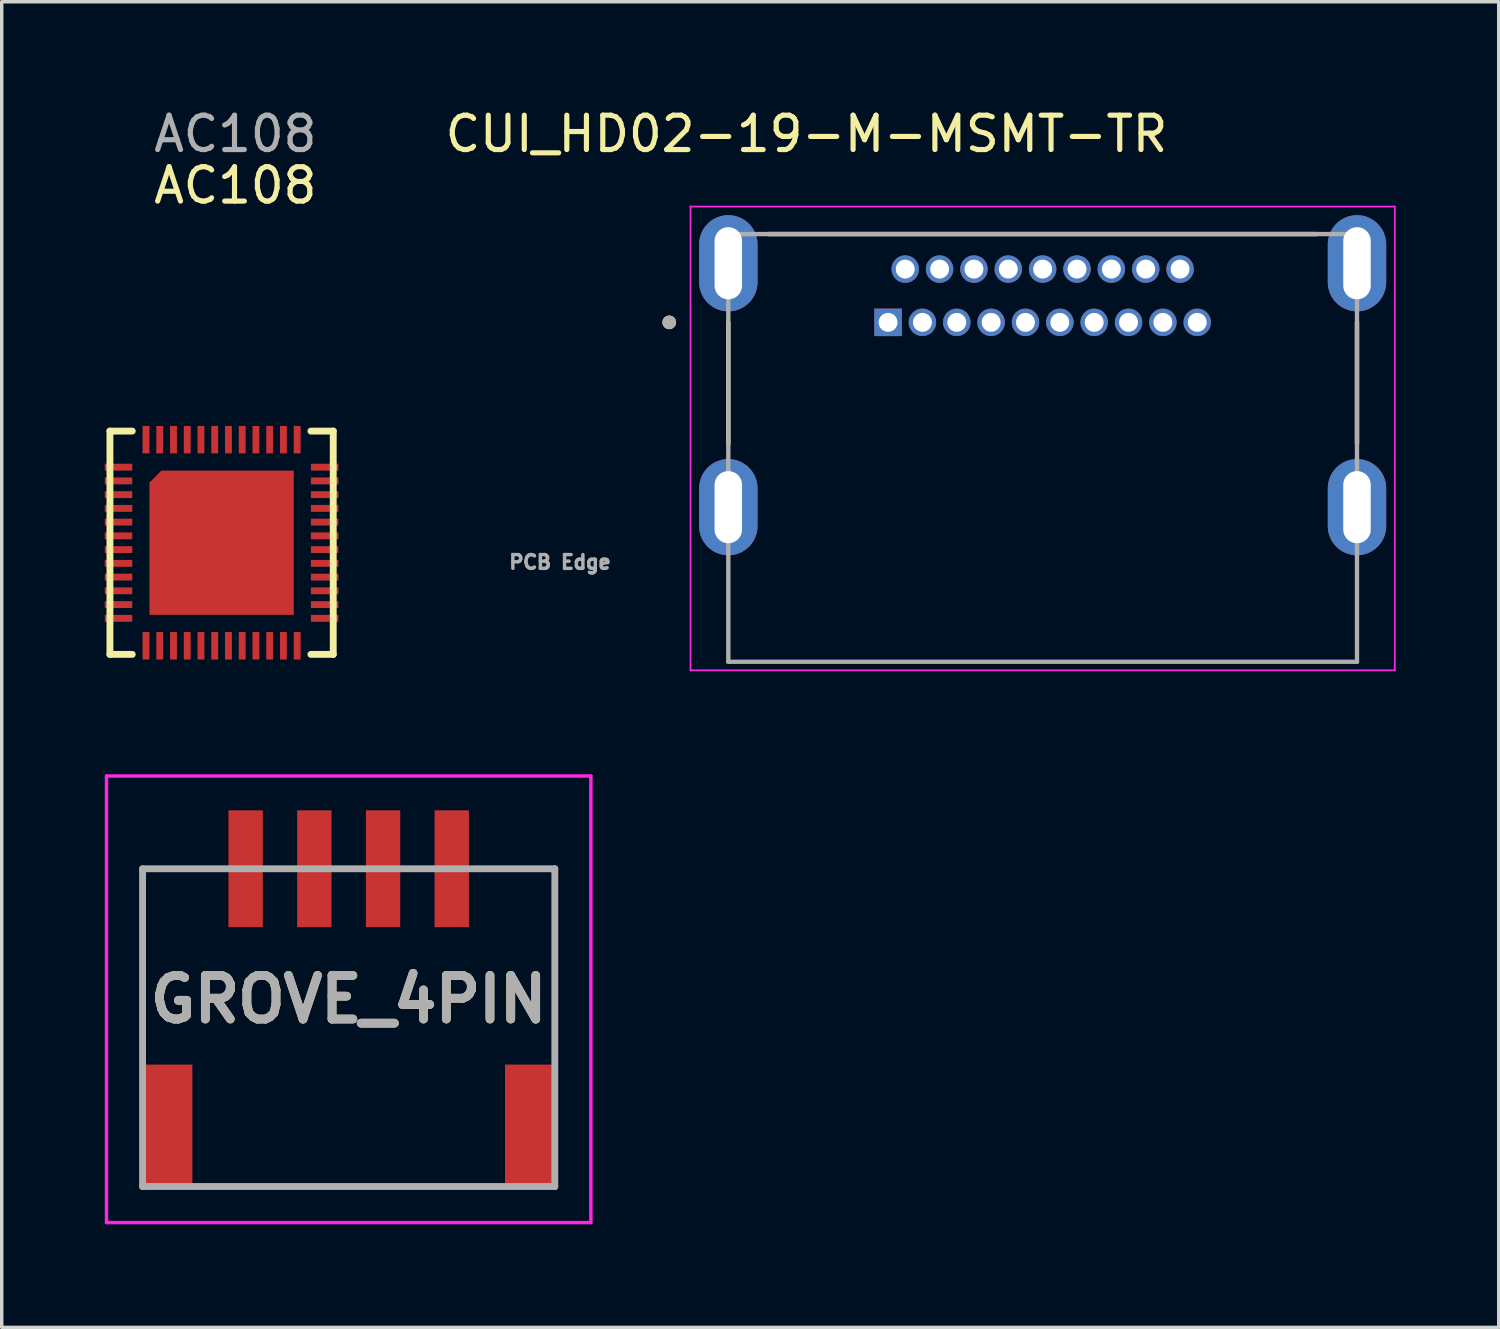
<source format=kicad_pcb>
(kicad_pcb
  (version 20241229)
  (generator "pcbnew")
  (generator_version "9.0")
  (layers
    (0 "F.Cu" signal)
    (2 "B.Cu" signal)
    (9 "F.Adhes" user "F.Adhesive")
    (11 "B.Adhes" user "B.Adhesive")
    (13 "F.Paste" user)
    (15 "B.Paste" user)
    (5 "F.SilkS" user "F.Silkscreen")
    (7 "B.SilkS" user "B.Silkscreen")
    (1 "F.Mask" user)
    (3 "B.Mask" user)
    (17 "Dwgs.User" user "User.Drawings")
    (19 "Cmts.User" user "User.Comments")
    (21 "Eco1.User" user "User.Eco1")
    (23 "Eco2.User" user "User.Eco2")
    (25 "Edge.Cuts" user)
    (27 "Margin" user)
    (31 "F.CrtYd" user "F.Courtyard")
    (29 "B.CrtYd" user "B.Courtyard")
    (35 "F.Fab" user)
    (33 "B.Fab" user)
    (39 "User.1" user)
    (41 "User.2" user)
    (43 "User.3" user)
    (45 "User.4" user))
  (footprint "AC108"
    (layer "F.Cu")
    (at 3.4 12.748)
    (property "Reference" "AC108" (at 0.4 -10.4 0) (unlocked yes) (layer "F.SilkS") (effects (font (size 1 1) (thickness 0.15))))
    (attr smd)
    (fp_line (start -3.25 -3.25) (end -3.25 3.25) (stroke (width 0.2) (type solid)) (layer "F.SilkS"))
    (fp_line (start -3.25 -3.25) (end -2.6 -3.25) (stroke (width 0.2) (type solid)) (layer "F.SilkS"))
    (fp_line (start -2.6 3.25) (end -3.25 3.25) (stroke (width 0.2) (type solid)) (layer "F.SilkS"))
    (fp_line (start 2.6 -3.25) (end 3.25 -3.25) (stroke (width 0.2) (type solid)) (layer "F.SilkS"))
    (fp_line (start 3.25 -3.25) (end 3.25 3.25) (stroke (width 0.2) (type solid)) (layer "F.SilkS"))
    (fp_line (start 3.25 3.25) (end 2.6 3.25) (stroke (width 0.2) (type solid)) (layer "F.SilkS"))
    (fp_rect (start -3 -3) (end 3 3) (stroke (width 0.01) (type solid)) (fill no) (layer "User.1"))
    (fp_text user "${REFERENCE}" (at 0.4 -11.9 0) (unlocked yes) (layer "F.Fab") (effects (font (size 1 1) (thickness 0.15))))
    (pad "1" smd rect (at -3 -2.2 90) (size 0.2 0.8) (layers "F.Cu" "F.Mask" "F.Paste"))
    (pad "2" smd rect (at -3 -1.8 90) (size 0.2 0.8) (layers "F.Cu" "F.Mask" "F.Paste"))
    (pad "3" smd rect (at -3 -1.4 90) (size 0.2 0.8) (layers "F.Cu" "F.Mask" "F.Paste"))
    (pad "4" smd rect (at -3 -1 90) (size 0.2 0.8) (layers "F.Cu" "F.Mask" "F.Paste"))
    (pad "5" smd rect (at -3 -0.6 90) (size 0.2 0.8) (layers "F.Cu" "F.Mask" "F.Paste"))
    (pad "6" smd rect (at -3 -0.2 90) (size 0.2 0.8) (layers "F.Cu" "F.Mask" "F.Paste"))
    (pad "7" smd rect (at -3 0.2 90) (size 0.2 0.8) (layers "F.Cu" "F.Mask" "F.Paste"))
    (pad "8" smd rect (at -3 0.6 90) (size 0.2 0.8) (layers "F.Cu" "F.Mask" "F.Paste"))
    (pad "9" smd rect (at -3 1 90) (size 0.2 0.8) (layers "F.Cu" "F.Mask" "F.Paste"))
    (pad "10" smd rect (at -3 1.4 90) (size 0.2 0.8) (layers "F.Cu" "F.Mask" "F.Paste"))
    (pad "11" smd rect (at -3 1.8 90) (size 0.2 0.8) (layers "F.Cu" "F.Mask" "F.Paste"))
    (pad "12" smd rect (at -3 2.2 90) (size 0.2 0.8) (layers "F.Cu" "F.Mask" "F.Paste"))
    (pad "13" smd rect (at -2.2 3) (size 0.2 0.8) (layers "F.Cu" "F.Mask" "F.Paste"))
    (pad "14" smd rect (at -1.8 3) (size 0.2 0.8) (layers "F.Cu" "F.Mask" "F.Paste"))
    (pad "15" smd rect (at -1.4 3) (size 0.2 0.8) (layers "F.Cu" "F.Mask" "F.Paste"))
    (pad "16" smd rect (at -1 3) (size 0.2 0.8) (layers "F.Cu" "F.Mask" "F.Paste"))
    (pad "17" smd rect (at -0.6 3) (size 0.2 0.8) (layers "F.Cu" "F.Mask" "F.Paste"))
    (pad "18" smd rect (at -0.2 3) (size 0.2 0.8) (layers "F.Cu" "F.Mask" "F.Paste"))
    (pad "19" smd rect (at 0.2 3) (size 0.2 0.8) (layers "F.Cu" "F.Mask" "F.Paste"))
    (pad "20" smd rect (at 0.6 3) (size 0.2 0.8) (layers "F.Cu" "F.Mask" "F.Paste"))
    (pad "21" smd rect (at 1 3) (size 0.2 0.8) (layers "F.Cu" "F.Mask" "F.Paste"))
    (pad "22" smd rect (at 1.4 3) (size 0.2 0.8) (layers "F.Cu" "F.Mask" "F.Paste"))
    (pad "23" smd rect (at 1.8 3) (size 0.2 0.8) (layers "F.Cu" "F.Mask" "F.Paste"))
    (pad "24" smd rect (at 2.2 3) (size 0.2 0.8) (layers "F.Cu" "F.Mask" "F.Paste"))
    (pad "25" smd rect (at 3 2.2 90) (size 0.2 0.8) (layers "F.Cu" "F.Mask" "F.Paste"))
    (pad "26" smd rect (at 3 1.8 90) (size 0.2 0.8) (layers "F.Cu" "F.Mask" "F.Paste"))
    (pad "27" smd rect (at 3 1.4 90) (size 0.2 0.8) (layers "F.Cu" "F.Mask" "F.Paste"))
    (pad "28" smd rect (at 3 1 90) (size 0.2 0.8) (layers "F.Cu" "F.Mask" "F.Paste"))
    (pad "29" smd rect (at 3 0.6 90) (size 0.2 0.8) (layers "F.Cu" "F.Mask" "F.Paste"))
    (pad "30" smd rect (at 3 0.2 90) (size 0.2 0.8) (layers "F.Cu" "F.Mask" "F.Paste"))
    (pad "31" smd rect (at 3 -0.2 90) (size 0.2 0.8) (layers "F.Cu" "F.Mask" "F.Paste"))
    (pad "32" smd rect (at 3 -0.6 90) (size 0.2 0.8) (layers "F.Cu" "F.Mask" "F.Paste"))
    (pad "33" smd rect (at 3 -1 90) (size 0.2 0.8) (layers "F.Cu" "F.Mask" "F.Paste"))
    (pad "34" smd rect (at 3 -1.4 90) (size 0.2 0.8) (layers "F.Cu" "F.Mask" "F.Paste"))
    (pad "35" smd rect (at 3 -1.8 90) (size 0.2 0.8) (layers "F.Cu" "F.Mask" "F.Paste"))
    (pad "36" smd rect (at 3 -2.2 90) (size 0.2 0.8) (layers "F.Cu" "F.Mask" "F.Paste"))
    (pad "37" smd rect (at 2.2 -3) (size 0.2 0.8) (layers "F.Cu" "F.Mask" "F.Paste"))
    (pad "38" smd rect (at 1.8 -3) (size 0.2 0.8) (layers "F.Cu" "F.Mask" "F.Paste"))
    (pad "39" smd rect (at 1.4 -3) (size 0.2 0.8) (layers "F.Cu" "F.Mask" "F.Paste"))
    (pad "40" smd rect (at 1 -3) (size 0.2 0.8) (layers "F.Cu" "F.Mask" "F.Paste"))
    (pad "41" smd rect (at 0.6 -3) (size 0.2 0.8) (layers "F.Cu" "F.Mask" "F.Paste"))
    (pad "42" smd rect (at 0.2 -3) (size 0.2 0.8) (layers "F.Cu" "F.Mask" "F.Paste"))
    (pad "43" smd rect (at -0.2 -3) (size 0.2 0.8) (layers "F.Cu" "F.Mask" "F.Paste"))
    (pad "44" smd rect (at -0.6 -3) (size 0.2 0.8) (layers "F.Cu" "F.Mask" "F.Paste"))
    (pad "45" smd rect (at -1 -3) (size 0.2 0.8) (layers "F.Cu" "F.Mask" "F.Paste"))
    (pad "46" smd rect (at -1.4 -3) (size 0.2 0.8) (layers "F.Cu" "F.Mask" "F.Paste"))
    (pad "47" smd rect (at -1.8 -3) (size 0.2 0.8) (layers "F.Cu" "F.Mask" "F.Paste"))
    (pad "48" smd rect (at -2.2 -3) (size 0.2 0.8) (layers "F.Cu" "F.Mask" "F.Paste"))
    (pad "PAD" smd roundrect (at 0 0) (size 4.2 4.2) (layers "F.Cu" "F.Mask" "F.Paste") (roundrect_rratio 0) (chamfer_ratio 0.083) (chamfer top_left)))
  (footprint "GROVE_4PIN"
    (layer "F.Cu")
    (at 7.1 26.038)
    (property "Reference" "GROVE_4PIN" (at 0 0 0) (layer "F.SilkS") (effects (font (size 1.27 1.27) (thickness 0.254))))
    (attr smd)
    (fp_line (start -6 -3.8) (end -3.8 -3.8) (stroke (width 0.1) (type solid)) (layer "F.SilkS"))
    (fp_line (start -6 1.425) (end -6 -3.8) (stroke (width 0.1) (type solid)) (layer "F.SilkS"))
    (fp_line (start -4.2 5.45) (end 4.2 5.45) (stroke (width 0.1) (type solid)) (layer "F.SilkS"))
    (fp_line (start 6 -3.8) (end 3.8 -3.8) (stroke (width 0.1) (type solid)) (layer "F.SilkS"))
    (fp_line (start 6 1.425) (end 6 -3.8) (stroke (width 0.1) (type solid)) (layer "F.SilkS"))
    (fp_line (start -7.05 -6.5) (end 7.05 -6.5) (stroke (width 0.1) (type solid)) (layer "F.CrtYd"))
    (fp_line (start -7.05 6.5) (end -7.05 -6.5) (stroke (width 0.1) (type solid)) (layer "F.CrtYd"))
    (fp_line (start 7.05 -6.5) (end 7.05 6.5) (stroke (width 0.1) (type solid)) (layer "F.CrtYd"))
    (fp_line (start 7.05 6.5) (end -7.05 6.5) (stroke (width 0.1) (type solid)) (layer "F.CrtYd"))
    (fp_line (start -6 -3.8) (end 6 -3.8) (stroke (width 0.2) (type solid)) (layer "F.Fab"))
    (fp_line (start -6 5.45) (end -6 -3.8) (stroke (width 0.2) (type solid)) (layer "F.Fab"))
    (fp_line (start 6 -3.8) (end 6 5.45) (stroke (width 0.2) (type solid)) (layer "F.Fab"))
    (fp_line (start 6 5.45) (end -6 5.45) (stroke (width 0.2) (type solid)) (layer "F.Fab"))
    (fp_text user "${REFERENCE}" (at 0 0 0) (layer "F.Fab") (effects (font (size 1.27 1.27) (thickness 0.254))))
    (pad "1" smd rect (at -3 -3.8) (size 1 3.4) (layers "F.Cu" "F.Mask" "F.Paste"))
    (pad "2" smd rect (at -1 -3.8) (size 1 3.4) (layers "F.Cu" "F.Mask" "F.Paste"))
    (pad "3" smd rect (at 1 -3.8) (size 1 3.4) (layers "F.Cu" "F.Mask" "F.Paste"))
    (pad "4" smd rect (at 3 -3.8) (size 1 3.4) (layers "F.Cu" "F.Mask" "F.Paste"))
    (pad "MP1" smd rect (at -5.3 3.7) (size 1.5 3.6) (layers "F.Cu" "F.Mask" "F.Paste"))
    (pad "MP2" smd rect (at 5.3 3.7) (size 1.5 3.6) (layers "F.Cu" "F.Mask" "F.Paste")))
  (footprint "CUI_HD02-19-M-MSMT-TR"
    (layer "F.Cu")
    (at 22.8 6.333)
    (property "Reference" "CUI_HD02-19-M-MSMT-TR" (at -2.375 -5.485 0) (layer "F.SilkS") (effects (font (size 1 1) (thickness 0.15))))
    (attr through_hole)
    (fp_line (start -4.65 0) (end -4.65 3.54) (stroke (width 0.127) (type solid)) (layer "F.SilkS"))
    (fp_line (start -3.48 -2.57) (end 12.48 -2.57) (stroke (width 0.127) (type solid)) (layer "F.SilkS"))
    (fp_line (start 13.65 0) (end 13.65 3.54) (stroke (width 0.127) (type solid)) (layer "F.SilkS"))
    (fp_circle (center -6.37 0) (end -6.27 0) (stroke (width 0.2) (type solid)) (fill no) (layer "F.SilkS"))
    (fp_line (start -5.75 -3.37) (end -5.75 10.13) (stroke (width 0.05) (type solid)) (layer "F.CrtYd"))
    (fp_line (start -5.75 10.13) (end 14.75 10.13) (stroke (width 0.05) (type solid)) (layer "F.CrtYd"))
    (fp_line (start 14.75 -3.37) (end -5.75 -3.37) (stroke (width 0.05) (type solid)) (layer "F.CrtYd"))
    (fp_line (start 14.75 10.13) (end 14.75 -3.37) (stroke (width 0.05) (type solid)) (layer "F.CrtYd"))
    (fp_line (start -4.65 -2.57) (end -4.65 9.88) (stroke (width 0.127) (type solid)) (layer "F.Fab"))
    (fp_line (start -4.65 9.88) (end 13.65 9.88) (stroke (width 0.127) (type solid)) (layer "F.Fab"))
    (fp_line (start 13.65 -2.57) (end -4.65 -2.57) (stroke (width 0.127) (type solid)) (layer "F.Fab"))
    (fp_line (start 13.65 9.88) (end 13.65 -2.57) (stroke (width 0.127) (type solid)) (layer "F.Fab"))
    (fp_circle (center -6.37 0) (end -6.27 0) (stroke (width 0.2) (type solid)) (fill no) (layer "F.Fab"))
    (fp_text user "PCB Edge" (at -9.55 6.98 0) (layer "F.Fab") (effects (font (size 0.4 0.4) (thickness 0.15))))
    (pad "1" thru_hole rect (at 0 0) (size 0.8 0.8) (drill 0.55) (layers "*.Cu" "*.Mask"))
    (pad "2" thru_hole circle (at 0.5 -1.55) (size 0.8 0.8) (drill 0.55) (layers "*.Cu" "*.Mask"))
    (pad "3" thru_hole circle (at 1 0) (size 0.8 0.8) (drill 0.55) (layers "*.Cu" "*.Mask"))
    (pad "4" thru_hole circle (at 1.5 -1.55) (size 0.8 0.8) (drill 0.55) (layers "*.Cu" "*.Mask"))
    (pad "5" thru_hole circle (at 2 0) (size 0.8 0.8) (drill 0.55) (layers "*.Cu" "*.Mask"))
    (pad "6" thru_hole circle (at 2.5 -1.55) (size 0.8 0.8) (drill 0.55) (layers "*.Cu" "*.Mask"))
    (pad "7" thru_hole circle (at 3 0) (size 0.8 0.8) (drill 0.55) (layers "*.Cu" "*.Mask"))
    (pad "8" thru_hole circle (at 3.5 -1.55) (size 0.8 0.8) (drill 0.55) (layers "*.Cu" "*.Mask"))
    (pad "9" thru_hole circle (at 4 0) (size 0.8 0.8) (drill 0.55) (layers "*.Cu" "*.Mask"))
    (pad "10" thru_hole circle (at 4.5 -1.55) (size 0.8 0.8) (drill 0.55) (layers "*.Cu" "*.Mask"))
    (pad "11" thru_hole circle (at 5 0) (size 0.8 0.8) (drill 0.55) (layers "*.Cu" "*.Mask"))
    (pad "12" thru_hole circle (at 5.5 -1.55) (size 0.8 0.8) (drill 0.55) (layers "*.Cu" "*.Mask"))
    (pad "13" thru_hole circle (at 6 0) (size 0.8 0.8) (drill 0.55) (layers "*.Cu" "*.Mask"))
    (pad "14" thru_hole circle (at 6.5 -1.55) (size 0.8 0.8) (drill 0.55) (layers "*.Cu" "*.Mask"))
    (pad "15" thru_hole circle (at 7 0) (size 0.8 0.8) (drill 0.55) (layers "*.Cu" "*.Mask"))
    (pad "16" thru_hole circle (at 7.5 -1.55) (size 0.8 0.8) (drill 0.55) (layers "*.Cu" "*.Mask"))
    (pad "17" thru_hole circle (at 8 0) (size 0.8 0.8) (drill 0.55) (layers "*.Cu" "*.Mask"))
    (pad "18" thru_hole circle (at 8.5 -1.55) (size 0.8 0.8) (drill 0.55) (layers "*.Cu" "*.Mask"))
    (pad "19" thru_hole circle (at 9 0) (size 0.8 0.8) (drill 0.55) (layers "*.Cu" "*.Mask"))
    (pad "S1" thru_hole oval (at 13.65 -1.72) (size 1.7 2.8) (drill oval 0.8 2.1) (layers "*.Cu" "*.Mask"))
    (pad "S2" thru_hole oval (at -4.65 -1.72) (size 1.7 2.8) (drill oval 0.8 2.1) (layers "*.Cu" "*.Mask"))
    (pad "S3" thru_hole oval (at -4.65 5.38) (size 1.7 2.8) (drill oval 0.8 2.1) (layers "*.Cu" "*.Mask"))
    (pad "S4" thru_hole oval (at 13.65 5.38) (size 1.7 2.8) (drill oval 0.8 2.1) (layers "*.Cu" "*.Mask")))
  (gr_rect
    (start -3 -3)
    (end 40.575 35.588)
    (stroke (width 0.1) (type default))
    (fill no)
    (layer "Edge.Cuts")))
</source>
